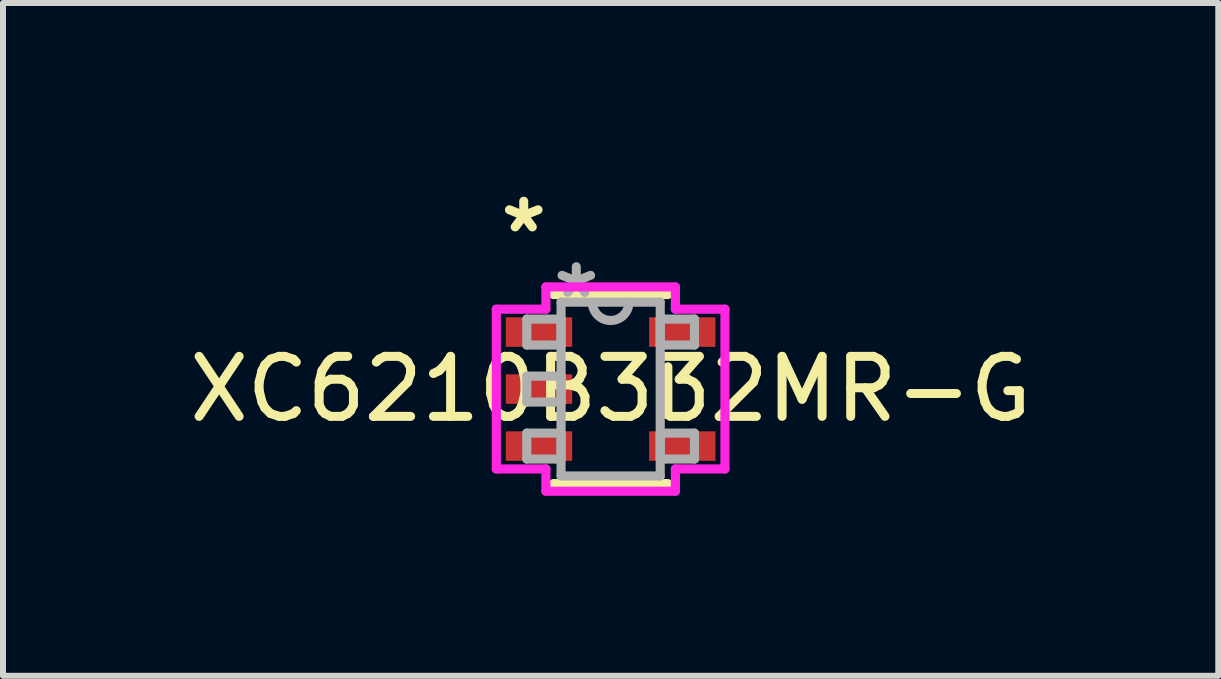
<source format=kicad_pcb>
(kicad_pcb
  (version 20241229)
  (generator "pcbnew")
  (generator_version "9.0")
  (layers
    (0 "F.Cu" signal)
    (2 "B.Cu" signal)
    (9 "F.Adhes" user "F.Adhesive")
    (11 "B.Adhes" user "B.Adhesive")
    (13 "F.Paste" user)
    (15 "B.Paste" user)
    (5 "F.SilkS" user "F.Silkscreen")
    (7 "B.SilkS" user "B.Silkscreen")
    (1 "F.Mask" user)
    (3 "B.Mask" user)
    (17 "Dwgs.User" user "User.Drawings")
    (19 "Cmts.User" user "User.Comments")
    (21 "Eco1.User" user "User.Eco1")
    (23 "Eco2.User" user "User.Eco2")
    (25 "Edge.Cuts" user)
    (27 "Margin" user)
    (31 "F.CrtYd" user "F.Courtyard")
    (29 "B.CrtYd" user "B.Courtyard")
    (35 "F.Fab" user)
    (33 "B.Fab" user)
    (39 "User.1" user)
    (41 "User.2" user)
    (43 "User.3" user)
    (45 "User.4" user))
  (footprint "XC6210B332MR-G"
    (layer "F.Cu")
    (at 7.125 3.433)
    (property "Reference" "XC6210B332MR-G" (at 0 0 0) (layer "F.SilkS") (effects (font (size 1 1) (thickness 0.15))))
    (attr through_hole)
    (fp_line (start -0.953 1.575) (end 0.953 1.575) (stroke (width 0.152) (type solid)) (layer "F.SilkS"))
    (fp_line (start 0.953 -1.575) (end -0.953 -1.575) (stroke (width 0.152) (type solid)) (layer "F.SilkS"))
    (fp_line (start 0.953 0.371) (end 0.953 -0.371) (stroke (width 0.152) (type solid)) (layer "F.SilkS"))
    (fp_line (start -1.905 -1.331) (end -1.079 -1.331) (stroke (width 0.152) (type solid)) (layer "F.CrtYd"))
    (fp_line (start -1.905 1.331) (end -1.905 -1.331) (stroke (width 0.152) (type solid)) (layer "F.CrtYd"))
    (fp_line (start -1.079 -1.702) (end 1.079 -1.702) (stroke (width 0.152) (type solid)) (layer "F.CrtYd"))
    (fp_line (start -1.079 -1.331) (end -1.079 -1.702) (stroke (width 0.152) (type solid)) (layer "F.CrtYd"))
    (fp_line (start -1.079 1.331) (end -1.905 1.331) (stroke (width 0.152) (type solid)) (layer "F.CrtYd"))
    (fp_line (start -1.079 1.702) (end -1.079 1.331) (stroke (width 0.152) (type solid)) (layer "F.CrtYd"))
    (fp_line (start 1.079 -1.702) (end 1.079 -1.331) (stroke (width 0.152) (type solid)) (layer "F.CrtYd"))
    (fp_line (start 1.079 -1.331) (end 1.905 -1.331) (stroke (width 0.152) (type solid)) (layer "F.CrtYd"))
    (fp_line (start 1.079 1.331) (end 1.079 1.702) (stroke (width 0.152) (type solid)) (layer "F.CrtYd"))
    (fp_line (start 1.079 1.702) (end -1.079 1.702) (stroke (width 0.152) (type solid)) (layer "F.CrtYd"))
    (fp_line (start 1.905 -1.331) (end 1.905 1.331) (stroke (width 0.152) (type solid)) (layer "F.CrtYd"))
    (fp_line (start 1.905 1.331) (end 1.079 1.331) (stroke (width 0.152) (type solid)) (layer "F.CrtYd"))
    (fp_line (start -1.397 -1.166) (end -1.397 -0.734) (stroke (width 0.152) (type solid)) (layer "F.Fab"))
    (fp_line (start -1.397 -0.734) (end -0.826 -0.734) (stroke (width 0.152) (type solid)) (layer "F.Fab"))
    (fp_line (start -1.397 -0.216) (end -1.397 0.216) (stroke (width 0.152) (type solid)) (layer "F.Fab"))
    (fp_line (start -1.397 0.216) (end -0.826 0.216) (stroke (width 0.152) (type solid)) (layer "F.Fab"))
    (fp_line (start -1.397 0.734) (end -1.397 1.166) (stroke (width 0.152) (type solid)) (layer "F.Fab"))
    (fp_line (start -1.397 1.166) (end -0.826 1.166) (stroke (width 0.152) (type solid)) (layer "F.Fab"))
    (fp_line (start -0.826 -1.448) (end -0.826 1.448) (stroke (width 0.152) (type solid)) (layer "F.Fab"))
    (fp_line (start -0.826 -1.166) (end -1.397 -1.166) (stroke (width 0.152) (type solid)) (layer "F.Fab"))
    (fp_line (start -0.826 -0.734) (end -0.826 -1.166) (stroke (width 0.152) (type solid)) (layer "F.Fab"))
    (fp_line (start -0.826 -0.216) (end -1.397 -0.216) (stroke (width 0.152) (type solid)) (layer "F.Fab"))
    (fp_line (start -0.826 0.216) (end -0.826 -0.216) (stroke (width 0.152) (type solid)) (layer "F.Fab"))
    (fp_line (start -0.826 0.734) (end -1.397 0.734) (stroke (width 0.152) (type solid)) (layer "F.Fab"))
    (fp_line (start -0.826 1.166) (end -0.826 0.734) (stroke (width 0.152) (type solid)) (layer "F.Fab"))
    (fp_line (start -0.826 1.448) (end 0.826 1.448) (stroke (width 0.152) (type solid)) (layer "F.Fab"))
    (fp_line (start 0.826 -1.448) (end -0.826 -1.448) (stroke (width 0.152) (type solid)) (layer "F.Fab"))
    (fp_line (start 0.826 -1.166) (end 0.826 -0.734) (stroke (width 0.152) (type solid)) (layer "F.Fab"))
    (fp_line (start 0.826 -0.734) (end 1.397 -0.734) (stroke (width 0.152) (type solid)) (layer "F.Fab"))
    (fp_line (start 0.826 0.734) (end 0.826 1.166) (stroke (width 0.152) (type solid)) (layer "F.Fab"))
    (fp_line (start 0.826 1.166) (end 1.397 1.166) (stroke (width 0.152) (type solid)) (layer "F.Fab"))
    (fp_line (start 0.826 1.448) (end 0.826 -1.448) (stroke (width 0.152) (type solid)) (layer "F.Fab"))
    (fp_line (start 1.397 -1.166) (end 0.826 -1.166) (stroke (width 0.152) (type solid)) (layer "F.Fab"))
    (fp_line (start 1.397 -0.734) (end 1.397 -1.166) (stroke (width 0.152) (type solid)) (layer "F.Fab"))
    (fp_line (start 1.397 0.734) (end 0.826 0.734) (stroke (width 0.152) (type solid)) (layer "F.Fab"))
    (fp_line (start 1.397 1.166) (end 1.397 0.734) (stroke (width 0.152) (type solid)) (layer "F.Fab"))
    (fp_arc (start 0.3048 -1.4478) (mid 0 -1.143) (end -0.3048 -1.4478) (stroke (width 0.1524) (type solid)) (layer "F.Fab"))
    (fp_text user "*" (at -1.448 -2.585 0) (layer "F.SilkS") (effects (font (size 1 1) (thickness 0.15))))
    (fp_text user "*" (at -0.572 -1.493 0) (layer "F.Fab") (effects (font (size 1 1) (thickness 0.15))))
    (pad "1" smd rect (at -1.194 -0.95) (size 1.106 0.492) (layers "F.Cu" "F.Mask" "F.Paste"))
    (pad "2" smd rect (at -1.194 0) (size 1.106 0.492) (layers "F.Cu" "F.Mask" "F.Paste"))
    (pad "3" smd rect (at -1.194 0.95) (size 1.106 0.492) (layers "F.Cu" "F.Mask" "F.Paste"))
    (pad "4" smd rect (at 1.194 0.95) (size 1.106 0.492) (layers "F.Cu" "F.Mask" "F.Paste"))
    (pad "5" smd rect (at 1.194 -0.95) (size 1.106 0.492) (layers "F.Cu" "F.Mask" "F.Paste")))
  (gr_rect
    (start -3 -3)
    (end 17.25 8.211)
    (stroke (width 0.1) (type default))
    (fill no)
    (layer "Edge.Cuts")))
</source>
